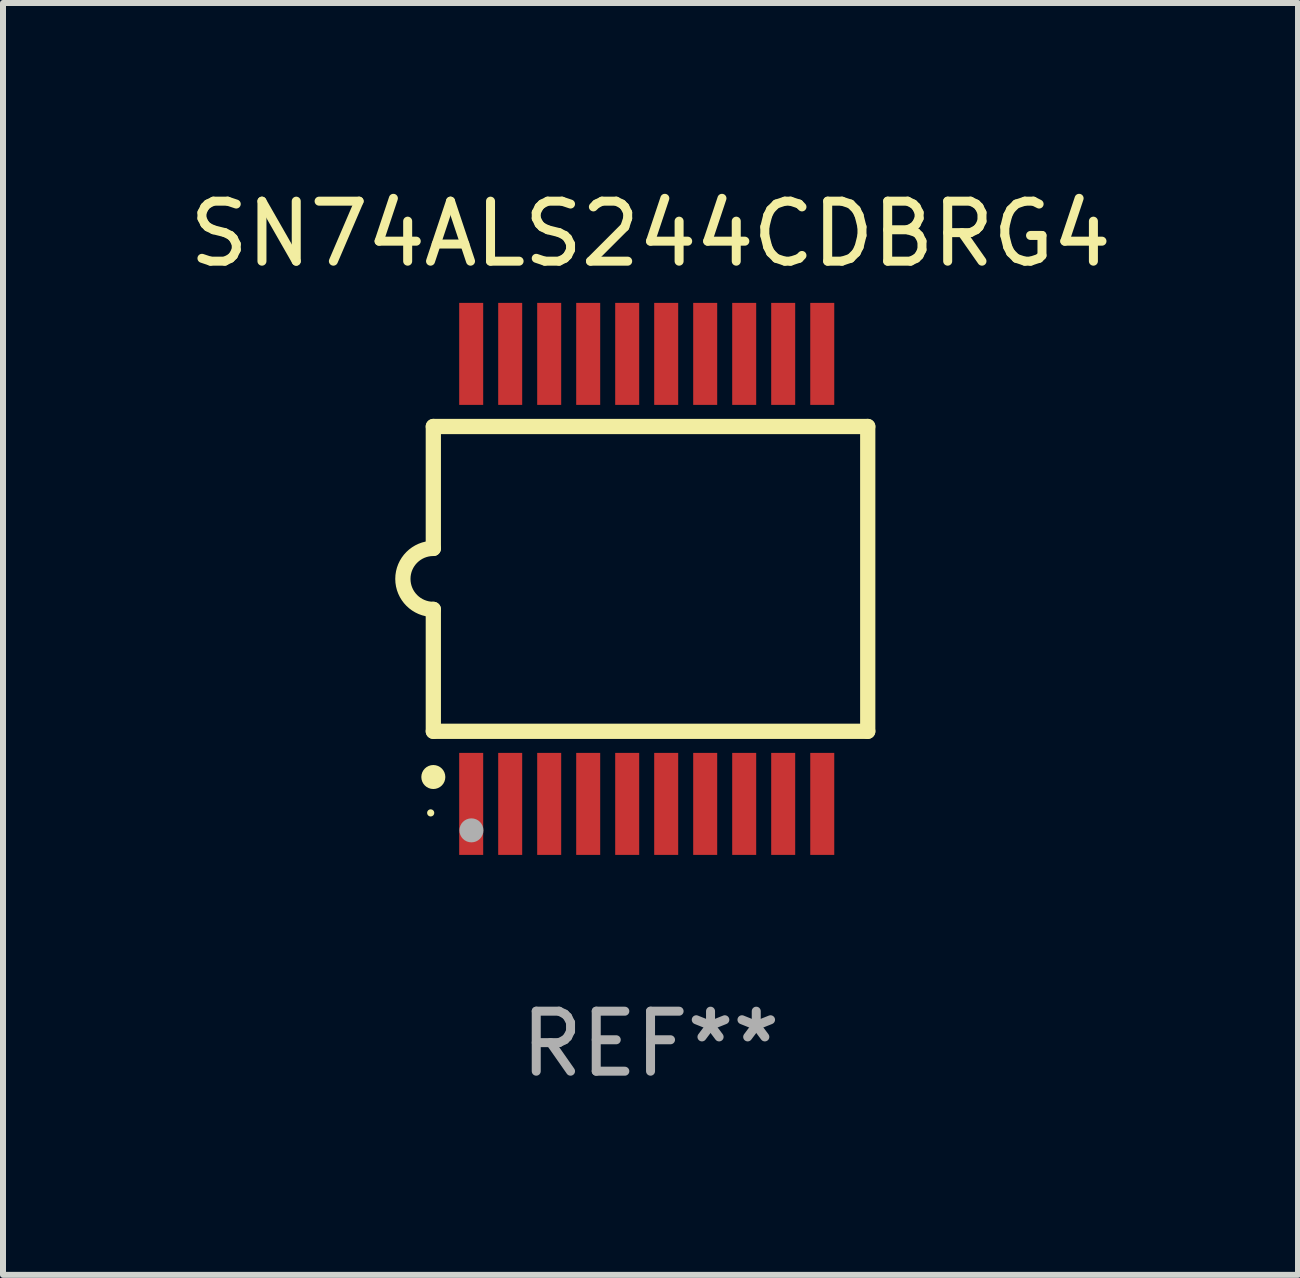
<source format=kicad_pcb>
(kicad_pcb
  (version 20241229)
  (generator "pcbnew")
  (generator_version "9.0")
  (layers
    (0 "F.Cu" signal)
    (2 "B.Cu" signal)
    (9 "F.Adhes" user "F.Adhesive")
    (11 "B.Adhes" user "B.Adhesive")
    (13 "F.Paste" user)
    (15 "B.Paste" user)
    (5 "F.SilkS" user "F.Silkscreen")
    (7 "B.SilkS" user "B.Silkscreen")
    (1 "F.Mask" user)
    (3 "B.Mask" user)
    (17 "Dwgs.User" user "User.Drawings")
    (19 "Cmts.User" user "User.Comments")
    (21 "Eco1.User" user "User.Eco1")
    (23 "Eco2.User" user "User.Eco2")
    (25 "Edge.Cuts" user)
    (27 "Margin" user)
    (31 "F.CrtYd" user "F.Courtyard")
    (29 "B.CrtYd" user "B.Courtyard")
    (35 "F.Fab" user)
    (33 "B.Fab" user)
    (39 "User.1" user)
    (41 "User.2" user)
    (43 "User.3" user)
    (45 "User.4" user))
  (footprint "SN74ALS244CDBRG4"
    (layer "F.Cu")
    (at 7.792 6.598)
    (property "Reference" "SN74ALS244CDBRG4" (at 0 -5.75 0) (layer "F.SilkS") (effects (font (size 1 1) (thickness 0.15))))
    (attr through_hole)
    (fp_line (start -3.62 -2.54) (end 3.62 -2.54) (stroke (width 0.254) (type solid)) (layer "F.SilkS"))
    (fp_line (start -3.62 -0.508) (end -3.62 -2.54) (stroke (width 0.254) (type solid)) (layer "F.SilkS"))
    (fp_line (start -3.62 2.54) (end -3.62 0.508) (stroke (width 0.254) (type solid)) (layer "F.SilkS"))
    (fp_line (start 3.62 -2.54) (end 3.62 2.54) (stroke (width 0.254) (type solid)) (layer "F.SilkS"))
    (fp_line (start 3.62 2.54) (end -3.62 2.54) (stroke (width 0.254) (type solid)) (layer "F.SilkS"))
    (fp_arc (start -3.619507 0.508052) (mid -4.125607 0.000051) (end -3.619507 -0.50795) (stroke (width 0.254001) (type solid)) (layer "F.SilkS"))
    (fp_circle (center -3.664 3.9) (end -3.634 3.9) (stroke (width 0.06) (type solid)) (fill no) (layer "F.SilkS"))
    (fp_circle (center -3.62 3.302) (end -3.52 3.302) (stroke (width 0.2) (type solid)) (fill no) (layer "F.SilkS"))
    (fp_circle (center -2.985 4.191) (end -2.885 4.191) (stroke (width 0.2) (type solid)) (fill no) (layer "F.Fab"))
    (fp_text user "REF**" (at 0 7.75 0) (layer "F.Fab") (effects (font (size 1 1) (thickness 0.15))))
    (pad "1" smd rect (at -2.989 3.75) (size 0.4 1.7) (layers "F.Cu" "F.Mask" "F.Paste"))
    (pad "2" smd rect (at -2.339 3.75) (size 0.4 1.7) (layers "F.Cu" "F.Mask" "F.Paste"))
    (pad "3" smd rect (at -1.689 3.75) (size 0.4 1.7) (layers "F.Cu" "F.Mask" "F.Paste"))
    (pad "4" smd rect (at -1.039 3.75) (size 0.4 1.7) (layers "F.Cu" "F.Mask" "F.Paste"))
    (pad "5" smd rect (at -0.389 3.75) (size 0.4 1.7) (layers "F.Cu" "F.Mask" "F.Paste"))
    (pad "6" smd rect (at 0.261 3.75) (size 0.4 1.7) (layers "F.Cu" "F.Mask" "F.Paste"))
    (pad "7" smd rect (at 0.911 3.75) (size 0.4 1.7) (layers "F.Cu" "F.Mask" "F.Paste"))
    (pad "8" smd rect (at 1.561 3.75) (size 0.4 1.7) (layers "F.Cu" "F.Mask" "F.Paste"))
    (pad "9" smd rect (at 2.211 3.75) (size 0.4 1.7) (layers "F.Cu" "F.Mask" "F.Paste"))
    (pad "10" smd rect (at 2.862 3.75) (size 0.4 1.7) (layers "F.Cu" "F.Mask" "F.Paste"))
    (pad "11" smd rect (at 2.862 -3.75) (size 0.4 1.7) (layers "F.Cu" "F.Mask" "F.Paste"))
    (pad "12" smd rect (at 2.211 -3.75) (size 0.4 1.7) (layers "F.Cu" "F.Mask" "F.Paste"))
    (pad "13" smd rect (at 1.561 -3.75) (size 0.4 1.7) (layers "F.Cu" "F.Mask" "F.Paste"))
    (pad "14" smd rect (at 0.911 -3.75) (size 0.4 1.7) (layers "F.Cu" "F.Mask" "F.Paste"))
    (pad "15" smd rect (at 0.261 -3.75) (size 0.4 1.7) (layers "F.Cu" "F.Mask" "F.Paste"))
    (pad "16" smd rect (at -0.389 -3.75) (size 0.4 1.7) (layers "F.Cu" "F.Mask" "F.Paste"))
    (pad "17" smd rect (at -1.039 -3.75) (size 0.4 1.7) (layers "F.Cu" "F.Mask" "F.Paste"))
    (pad "18" smd rect (at -1.689 -3.75) (size 0.4 1.7) (layers "F.Cu" "F.Mask" "F.Paste"))
    (pad "19" smd rect (at -2.339 -3.75) (size 0.4 1.7) (layers "F.Cu" "F.Mask" "F.Paste"))
    (pad "20" smd rect (at -2.989 -3.75) (size 0.4 1.7) (layers "F.Cu" "F.Mask" "F.Paste")))
  (gr_rect
    (start -3 -3)
    (end 18.583 18.197)
    (stroke (width 0.1) (type default))
    (fill no)
    (layer "Edge.Cuts")))
</source>
